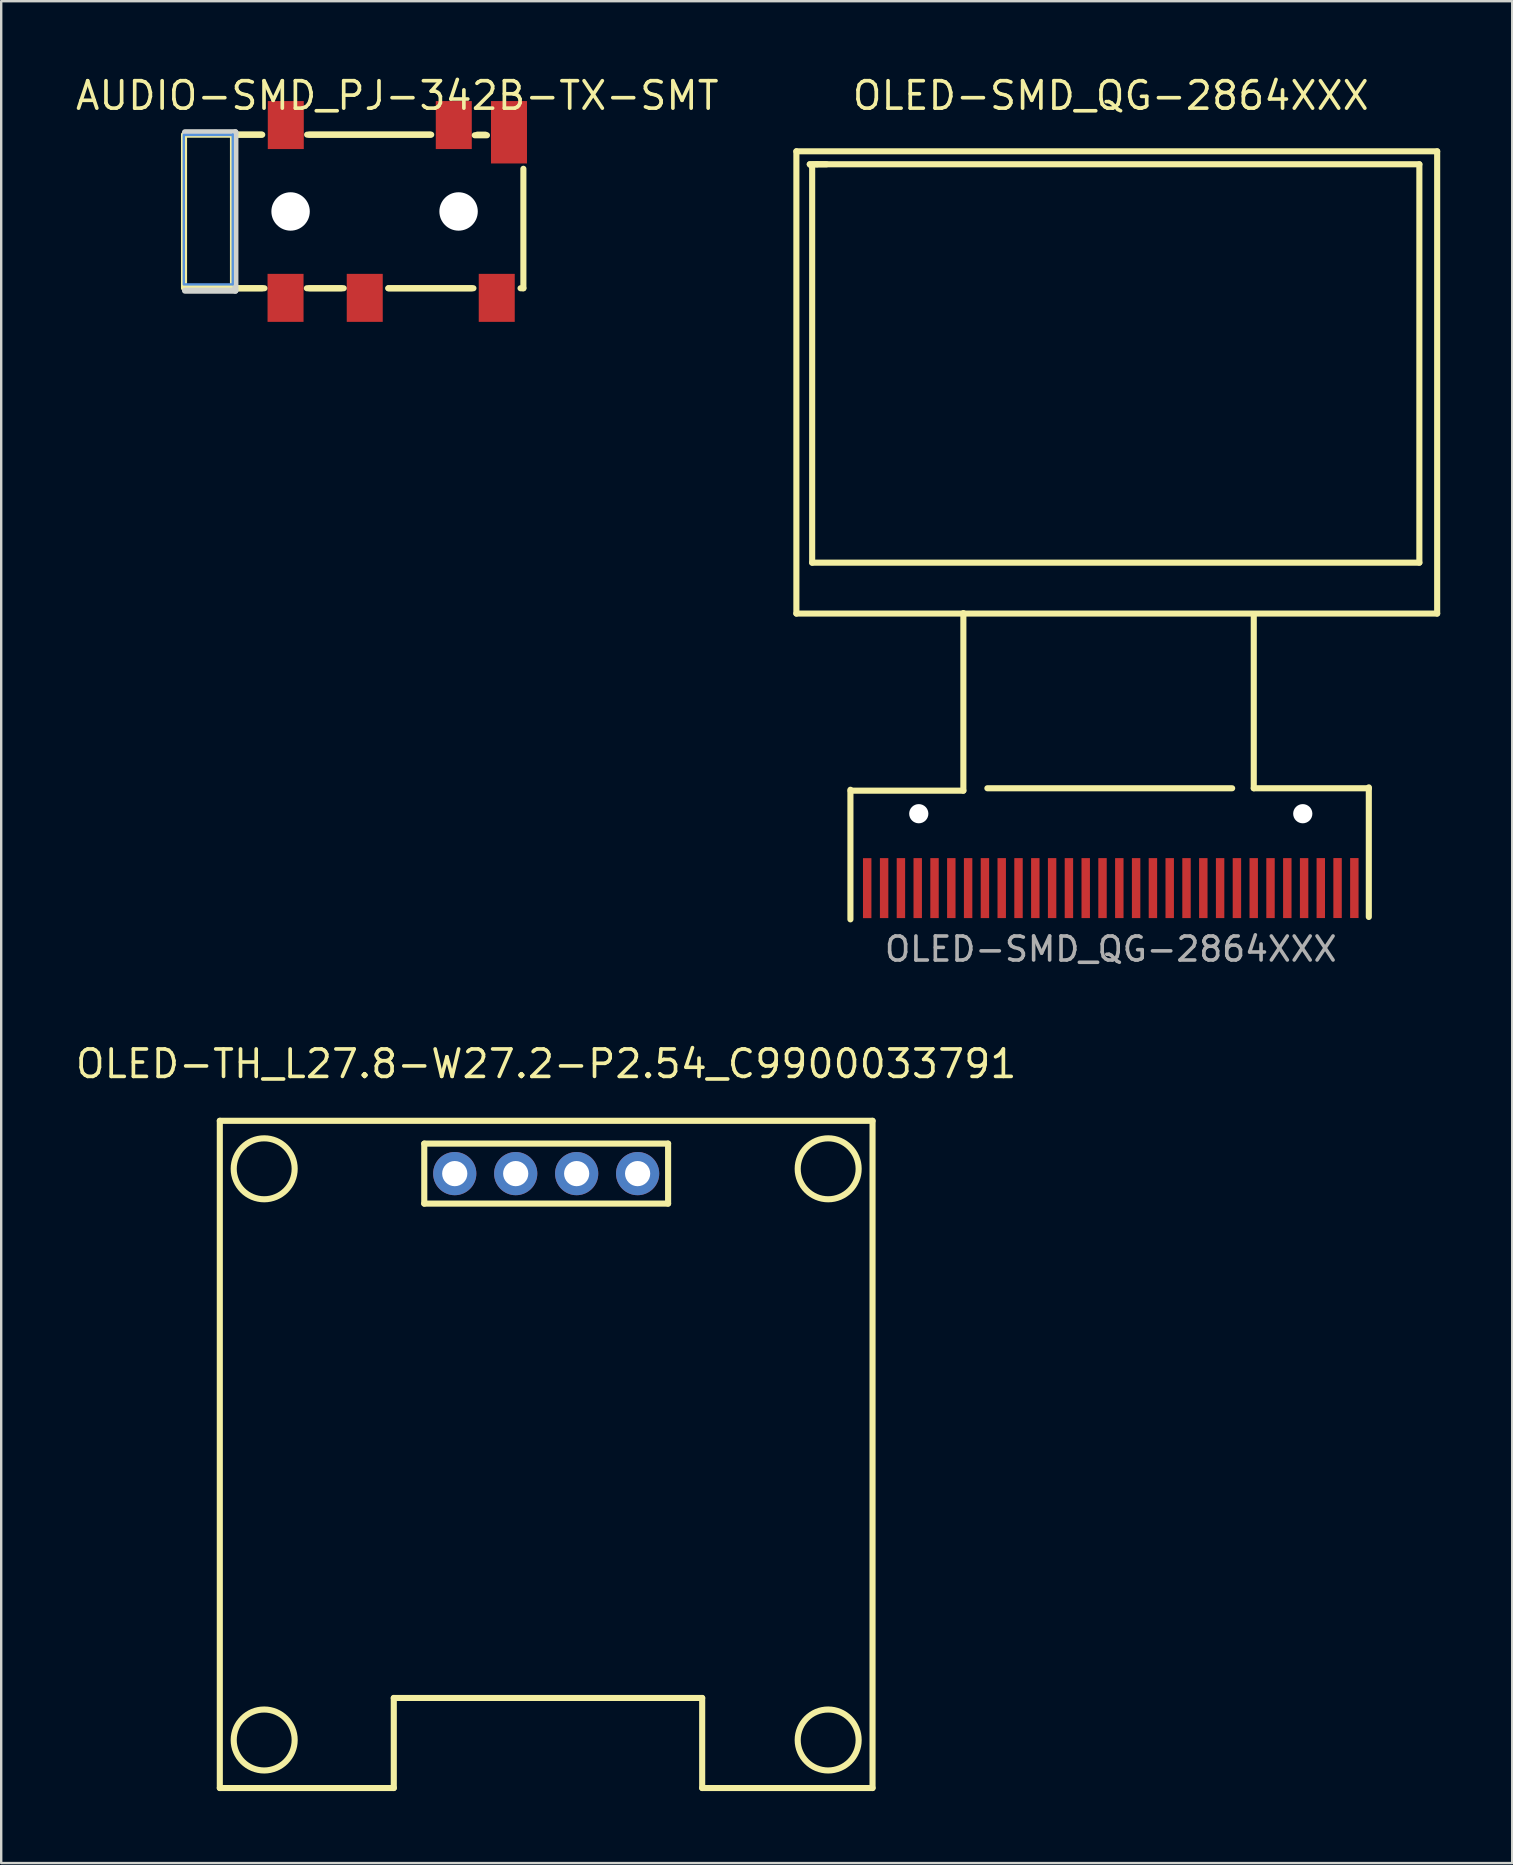
<source format=kicad_pcb>
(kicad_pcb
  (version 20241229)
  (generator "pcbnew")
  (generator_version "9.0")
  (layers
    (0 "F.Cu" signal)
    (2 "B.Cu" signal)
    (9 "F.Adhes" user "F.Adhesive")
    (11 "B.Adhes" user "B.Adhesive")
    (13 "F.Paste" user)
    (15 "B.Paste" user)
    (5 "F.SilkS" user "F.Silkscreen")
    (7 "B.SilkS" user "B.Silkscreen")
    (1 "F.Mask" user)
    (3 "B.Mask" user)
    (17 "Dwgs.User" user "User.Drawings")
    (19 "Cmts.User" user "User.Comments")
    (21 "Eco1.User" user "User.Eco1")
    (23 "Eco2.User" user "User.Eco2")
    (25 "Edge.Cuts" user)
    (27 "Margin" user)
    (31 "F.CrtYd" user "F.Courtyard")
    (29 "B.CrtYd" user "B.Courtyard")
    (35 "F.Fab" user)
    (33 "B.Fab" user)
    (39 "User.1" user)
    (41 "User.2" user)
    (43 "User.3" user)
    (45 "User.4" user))
  (footprint "OLED-TH_L27.8-W27.2-P2.54_C9900033791"
    (layer "F.Cu")
    (at 19.708 45.851)
    (property "Reference" "OLED-TH_L27.8-W27.2-P2.54_C9900033791" (at 0 -4.572 0) (layer "F.SilkS") (effects (font (size 1.143 1.143) (thickness 0.152))))
    (attr through_hole)
    (fp_line (start -13.599 -2.2) (end 13.599 -2.2) (stroke (width 0.254) (type solid)) (layer "F.SilkS"))
    (fp_line (start -13.599 25.601) (end -13.599 -2.2) (stroke (width 0.254) (type solid)) (layer "F.SilkS"))
    (fp_line (start -6.35 21.849) (end -6.35 25.601) (stroke (width 0.254) (type solid)) (layer "F.SilkS"))
    (fp_line (start -6.35 25.601) (end -13.599 25.601) (stroke (width 0.254) (type solid)) (layer "F.SilkS"))
    (fp_line (start -5.08 -1.25) (end -5.08 1.25) (stroke (width 0.254) (type solid)) (layer "F.SilkS"))
    (fp_line (start -5.08 -1.25) (end 5.08 -1.25) (stroke (width 0.254) (type solid)) (layer "F.SilkS"))
    (fp_line (start -5.08 1.25) (end 5.08 1.25) (stroke (width 0.254) (type solid)) (layer "F.SilkS"))
    (fp_line (start 5.08 1.25) (end 5.08 -1.25) (stroke (width 0.254) (type solid)) (layer "F.SilkS"))
    (fp_line (start 6.5 21.849) (end -6.35 21.849) (stroke (width 0.254) (type solid)) (layer "F.SilkS"))
    (fp_line (start 6.5 25.601) (end 6.5 21.849) (stroke (width 0.254) (type solid)) (layer "F.SilkS"))
    (fp_line (start 13.599 -2.2) (end 13.599 25.601) (stroke (width 0.254) (type solid)) (layer "F.SilkS"))
    (fp_line (start 13.599 25.601) (end 6.5 25.601) (stroke (width 0.254) (type solid)) (layer "F.SilkS"))
    (fp_circle (center -11.75 -0.2) (end -10.48 -0.2) (stroke (width 0.254) (type solid)) (fill no) (layer "F.SilkS"))
    (fp_circle (center -11.75 23.6) (end -10.48 23.6) (stroke (width 0.254) (type solid)) (fill no) (layer "F.SilkS"))
    (fp_circle (center 11.75 -0.2) (end 13.02 -0.2) (stroke (width 0.254) (type solid)) (fill no) (layer "F.SilkS"))
    (fp_circle (center 11.75 23.6) (end 13.02 23.6) (stroke (width 0.254) (type solid)) (fill no) (layer "F.SilkS"))
    (pad "1" thru_hole circle (at -3.81 0) (size 1.8 1.8) (drill 1.05) (layers "*.Cu" "*.Paste" "*.Mask"))
    (pad "2" thru_hole circle (at -1.27 0) (size 1.8 1.8) (drill 1.05) (layers "*.Cu" "*.Paste" "*.Mask"))
    (pad "3" thru_hole circle (at 1.27 0) (size 1.8 1.8) (drill 1.05) (layers "*.Cu" "*.Paste" "*.Mask"))
    (pad "4" thru_hole circle (at 3.81 0) (size 1.8 1.8) (drill 1.05) (layers "*.Cu" "*.Paste" "*.Mask")))
  (footprint "OLED-SMD_QG-2864XXX"
    (layer "F.Cu")
    (at 43.233 33.955)
    (property "Reference" "OLED-SMD_QG-2864XXX" (at 0 -33.02 0) (layer "F.SilkS") (effects (font (size 1.143 1.143) (thickness 0.152))))
    (attr smd)
    (fp_line (start -13.1 -30.7) (end 13.6 -30.7) (stroke (width 0.254) (type solid)) (layer "F.SilkS"))
    (fp_line (start -13.1 -11.44) (end -13.1 -30.7) (stroke (width 0.254) (type solid)) (layer "F.SilkS"))
    (fp_line (start -12.542 -30.16) (end -12.242 -30.16) (stroke (width 0.254) (type solid)) (layer "F.SilkS"))
    (fp_line (start -12.442 -30.16) (end 12.858 -30.16) (stroke (width 0.254) (type solid)) (layer "F.SilkS"))
    (fp_line (start -12.442 -30.06) (end -12.542 -30.16) (stroke (width 0.254) (type solid)) (layer "F.SilkS"))
    (fp_line (start -12.442 -13.56) (end -12.442 -30.06) (stroke (width 0.254) (type solid)) (layer "F.SilkS"))
    (fp_line (start -12.242 -30.16) (end -11.842 -30.16) (stroke (width 0.254) (type solid)) (layer "F.SilkS"))
    (fp_line (start -10.848 1.302) (end -10.848 -4.098) (stroke (width 0.254) (type solid)) (layer "F.SilkS"))
    (fp_line (start -10.842 -4.06) (end -6.142 -4.06) (stroke (width 0.254) (type solid)) (layer "F.SilkS"))
    (fp_line (start -6.142 -4.06) (end -6.142 -11.46) (stroke (width 0.254) (type solid)) (layer "F.SilkS"))
    (fp_line (start -5.142 -4.16) (end 5.058 -4.16) (stroke (width 0.254) (type solid)) (layer "F.SilkS"))
    (fp_line (start 5.958 -4.16) (end 5.958 -11.36) (stroke (width 0.254) (type solid)) (layer "F.SilkS"))
    (fp_line (start 10.752 1.202) (end 10.752 -4.198) (stroke (width 0.254) (type solid)) (layer "F.SilkS"))
    (fp_line (start 10.758 -4.16) (end 5.958 -4.16) (stroke (width 0.254) (type solid)) (layer "F.SilkS"))
    (fp_line (start 12.858 -30.16) (end 12.858 -13.56) (stroke (width 0.254) (type solid)) (layer "F.SilkS"))
    (fp_line (start 12.858 -13.56) (end -12.442 -13.56) (stroke (width 0.254) (type solid)) (layer "F.SilkS"))
    (fp_line (start 13.6 -30.7) (end 13.6 -11.44) (stroke (width 0.254) (type solid)) (layer "F.SilkS"))
    (fp_line (start 13.6 -11.44) (end -13.1 -11.44) (stroke (width 0.254) (type solid)) (layer "F.SilkS"))
    (fp_text user "OLED-SMD_QG-2864XXX" (at 0 2.54 0) (layer "F.Fab") (effects (font (size 1 1) (thickness 0.15))))
    (pad "" np_thru_hole circle (at -8 -3.1 270) (size 0.8 0.8) (drill 0.8) (layers "*.Cu" "*.Mask"))
    (pad "" np_thru_hole circle (at 8 -3.1 270) (size 0.8 0.8) (drill 0.8) (layers "*.Cu" "*.Mask"))
    (pad "1" smd rect (at -10.149 0.002 270) (size 2.499 0.351) (layers "F.Cu" "F.Mask" "F.Paste"))
    (pad "2" smd rect (at -9.444 0 270) (size 2.499 0.351) (layers "F.Cu" "F.Mask" "F.Paste"))
    (pad "3" smd rect (at -8.744 0 270) (size 2.499 0.351) (layers "F.Cu" "F.Mask" "F.Paste"))
    (pad "4" smd rect (at -8.044 0 270) (size 2.499 0.351) (layers "F.Cu" "F.Mask" "F.Paste"))
    (pad "5" smd rect (at -7.344 0 270) (size 2.499 0.351) (layers "F.Cu" "F.Mask" "F.Paste"))
    (pad "6" smd rect (at -6.644 0 270) (size 2.499 0.351) (layers "F.Cu" "F.Mask" "F.Paste"))
    (pad "7" smd rect (at -5.944 0 270) (size 2.499 0.351) (layers "F.Cu" "F.Mask" "F.Paste"))
    (pad "8" smd rect (at -5.244 0 270) (size 2.499 0.351) (layers "F.Cu" "F.Mask" "F.Paste"))
    (pad "9" smd rect (at -4.544 0 270) (size 2.499 0.351) (layers "F.Cu" "F.Mask" "F.Paste"))
    (pad "10" smd rect (at -3.844 0 270) (size 2.499 0.351) (layers "F.Cu" "F.Mask" "F.Paste"))
    (pad "11" smd rect (at -3.144 0 270) (size 2.499 0.351) (layers "F.Cu" "F.Mask" "F.Paste"))
    (pad "12" smd rect (at -2.444 0 270) (size 2.499 0.351) (layers "F.Cu" "F.Mask" "F.Paste"))
    (pad "13" smd rect (at -1.744 0 270) (size 2.499 0.351) (layers "F.Cu" "F.Mask" "F.Paste"))
    (pad "14" smd rect (at -1.044 0 270) (size 2.499 0.351) (layers "F.Cu" "F.Mask" "F.Paste"))
    (pad "15" smd rect (at -0.344 0 270) (size 2.499 0.351) (layers "F.Cu" "F.Mask" "F.Paste"))
    (pad "16" smd rect (at 0.356 0 270) (size 2.499 0.351) (layers "F.Cu" "F.Mask" "F.Paste"))
    (pad "17" smd rect (at 1.056 0 270) (size 2.499 0.351) (layers "F.Cu" "F.Mask" "F.Paste"))
    (pad "18" smd rect (at 1.756 0 270) (size 2.499 0.351) (layers "F.Cu" "F.Mask" "F.Paste"))
    (pad "19" smd rect (at 2.456 0 270) (size 2.499 0.351) (layers "F.Cu" "F.Mask" "F.Paste"))
    (pad "20" smd rect (at 3.156 0 270) (size 2.499 0.351) (layers "F.Cu" "F.Mask" "F.Paste"))
    (pad "21" smd rect (at 3.856 0 270) (size 2.499 0.351) (layers "F.Cu" "F.Mask" "F.Paste"))
    (pad "22" smd rect (at 4.556 0 270) (size 2.499 0.351) (layers "F.Cu" "F.Mask" "F.Paste"))
    (pad "23" smd rect (at 5.256 0 270) (size 2.499 0.351) (layers "F.Cu" "F.Mask" "F.Paste"))
    (pad "24" smd rect (at 5.956 0 270) (size 2.499 0.351) (layers "F.Cu" "F.Mask" "F.Paste"))
    (pad "25" smd rect (at 6.656 0 270) (size 2.499 0.351) (layers "F.Cu" "F.Mask" "F.Paste"))
    (pad "26" smd rect (at 7.356 0 270) (size 2.499 0.351) (layers "F.Cu" "F.Mask" "F.Paste"))
    (pad "27" smd rect (at 8.056 0 270) (size 2.499 0.351) (layers "F.Cu" "F.Mask" "F.Paste"))
    (pad "28" smd rect (at 8.751 -0.001 270) (size 2.499 0.351) (layers "F.Cu" "F.Mask" "F.Paste"))
    (pad "29" smd rect (at 9.45 -0.002 270) (size 2.499 0.351) (layers "F.Cu" "F.Mask" "F.Paste"))
    (pad "30" smd rect (at 10.149 -0.002 270) (size 2.499 0.351) (layers "F.Cu" "F.Mask" "F.Paste")))
  (footprint "AUDIO-SMD_PJ-342B-TX-SMT"
    (layer "F.Cu")
    (at 13.503 5.761)
    (property "Reference" "AUDIO-SMD_PJ-342B-TX-SMT" (at 0 -4.826 0) (layer "F.SilkS") (effects (font (size 1.143 1.143) (thickness 0.152))))
    (attr smd)
    (fp_line (start -8.885 -3.175) (end -8.885 3.175) (stroke (width 0.254) (type solid)) (layer "F.SilkS"))
    (fp_line (start -8.885 3.175) (end -6.785 3.175) (stroke (width 0.254) (type solid)) (layer "F.SilkS"))
    (fp_line (start -8.881 -3.199) (end -6.781 -3.199) (stroke (width 0.254) (type solid)) (layer "F.SilkS"))
    (fp_line (start -6.845 -3.2) (end -6.845 3.2) (stroke (width 0.254) (type solid)) (layer "F.SilkS"))
    (fp_line (start -6.845 -3.2) (end -5.654 -3.2) (stroke (width 0.254) (type solid)) (layer "F.SilkS"))
    (fp_line (start -6.845 3.2) (end -5.626 3.2) (stroke (width 0.254) (type solid)) (layer "F.SilkS"))
    (fp_line (start -6.845 3.2) (end -5.534 3.2) (stroke (width 0.254) (type solid)) (layer "F.SilkS"))
    (fp_line (start -6.729 -3.2) (end -5.626 -3.2) (stroke (width 0.254) (type solid)) (layer "F.SilkS"))
    (fp_line (start -3.767 3.2) (end -2.232 3.2) (stroke (width 0.254) (type solid)) (layer "F.SilkS"))
    (fp_line (start -3.756 -3.2) (end 1.415 -3.2) (stroke (width 0.254) (type solid)) (layer "F.SilkS"))
    (fp_line (start -3.664 -3.2) (end 1.374 -3.2) (stroke (width 0.254) (type solid)) (layer "F.SilkS"))
    (fp_line (start -3.664 3.2) (end -2.326 3.2) (stroke (width 0.254) (type solid)) (layer "F.SilkS"))
    (fp_line (start -0.376 3.2) (end 3.102 3.2) (stroke (width 0.254) (type solid)) (layer "F.SilkS"))
    (fp_line (start -0.364 3.2) (end 3.174 3.2) (stroke (width 0.254) (type solid)) (layer "F.SilkS"))
    (fp_line (start 3.229 -3.175) (end 3.737 -3.175) (stroke (width 0.254) (type solid)) (layer "F.SilkS"))
    (fp_line (start 3.336 -3.2) (end 3.674 -3.2) (stroke (width 0.254) (type solid)) (layer "F.SilkS"))
    (fp_line (start 5.136 3.2) (end 5.255 3.2) (stroke (width 0.254) (type solid)) (layer "F.SilkS"))
    (fp_line (start 5.255 -1.778) (end 5.255 3.2) (stroke (width 0.254) (type solid)) (layer "F.SilkS"))
    (fp_circle (center -4.445 0) (end -4.145 0) (stroke (width 0.6) (type solid)) (fill no) (layer "Cmts.User"))
    (fp_circle (center 2.555 0) (end 2.855 0) (stroke (width 0.6) (type solid)) (fill no) (layer "Cmts.User"))
    (fp_poly (pts (xy -8.895 -3.19) (xy -6.875 -3.19) (xy -6.855 -3.21) (xy -6.855 3.04) (xy -8.895 3.04)) (stroke (width 0.1) (type solid)) (fill no) (layer "Cmts.User"))
    (fp_line (start -6.745 -3.3) (end -8.845 -3.3) (stroke (width 0.254) (type solid)) (layer "Edge.Cuts"))
    (fp_line (start -6.745 -3.3) (end -6.745 3.3) (stroke (width 0.254) (type solid)) (layer "Edge.Cuts"))
    (fp_line (start -6.745 3.3) (end -8.845 3.3) (stroke (width 0.254) (type solid)) (layer "Edge.Cuts"))
    (pad "" np_thru_hole circle (at -4.445 0) (size 1.6 1.6) (drill 1.6) (layers "*.Cu" "*.Mask"))
    (pad "" np_thru_hole circle (at 2.555 0) (size 1.6 1.6) (drill 1.6) (layers "*.Cu" "*.Mask"))
    (pad "2" smd rect (at -4.645 -3.6 90) (size 2 1.5) (layers "F.Cu" "F.Mask" "F.Paste"))
    (pad "3" smd rect (at 2.355 -3.6 90) (size 2 1.5) (layers "F.Cu" "F.Mask" "F.Paste"))
    (pad "4" smd rect (at 4.655 -3.3 90) (size 2.6 1.5) (layers "F.Cu" "F.Mask" "F.Paste"))
    (pad "5" smd rect (at -4.655 3.6 90) (size 2 1.5) (layers "F.Cu" "F.Mask" "F.Paste"))
    (pad "6" smd rect (at -1.355 3.6 90) (size 2 1.5) (layers "F.Cu" "F.Mask" "F.Paste"))
    (pad "7" smd rect (at 4.145 3.6 90) (size 2 1.5) (layers "F.Cu" "F.Mask" "F.Paste")))
  (gr_rect
    (start -3 -3)
    (end 59.96 74.579)
    (stroke (width 0.1) (type default))
    (fill no)
    (layer "Edge.Cuts")))
</source>
